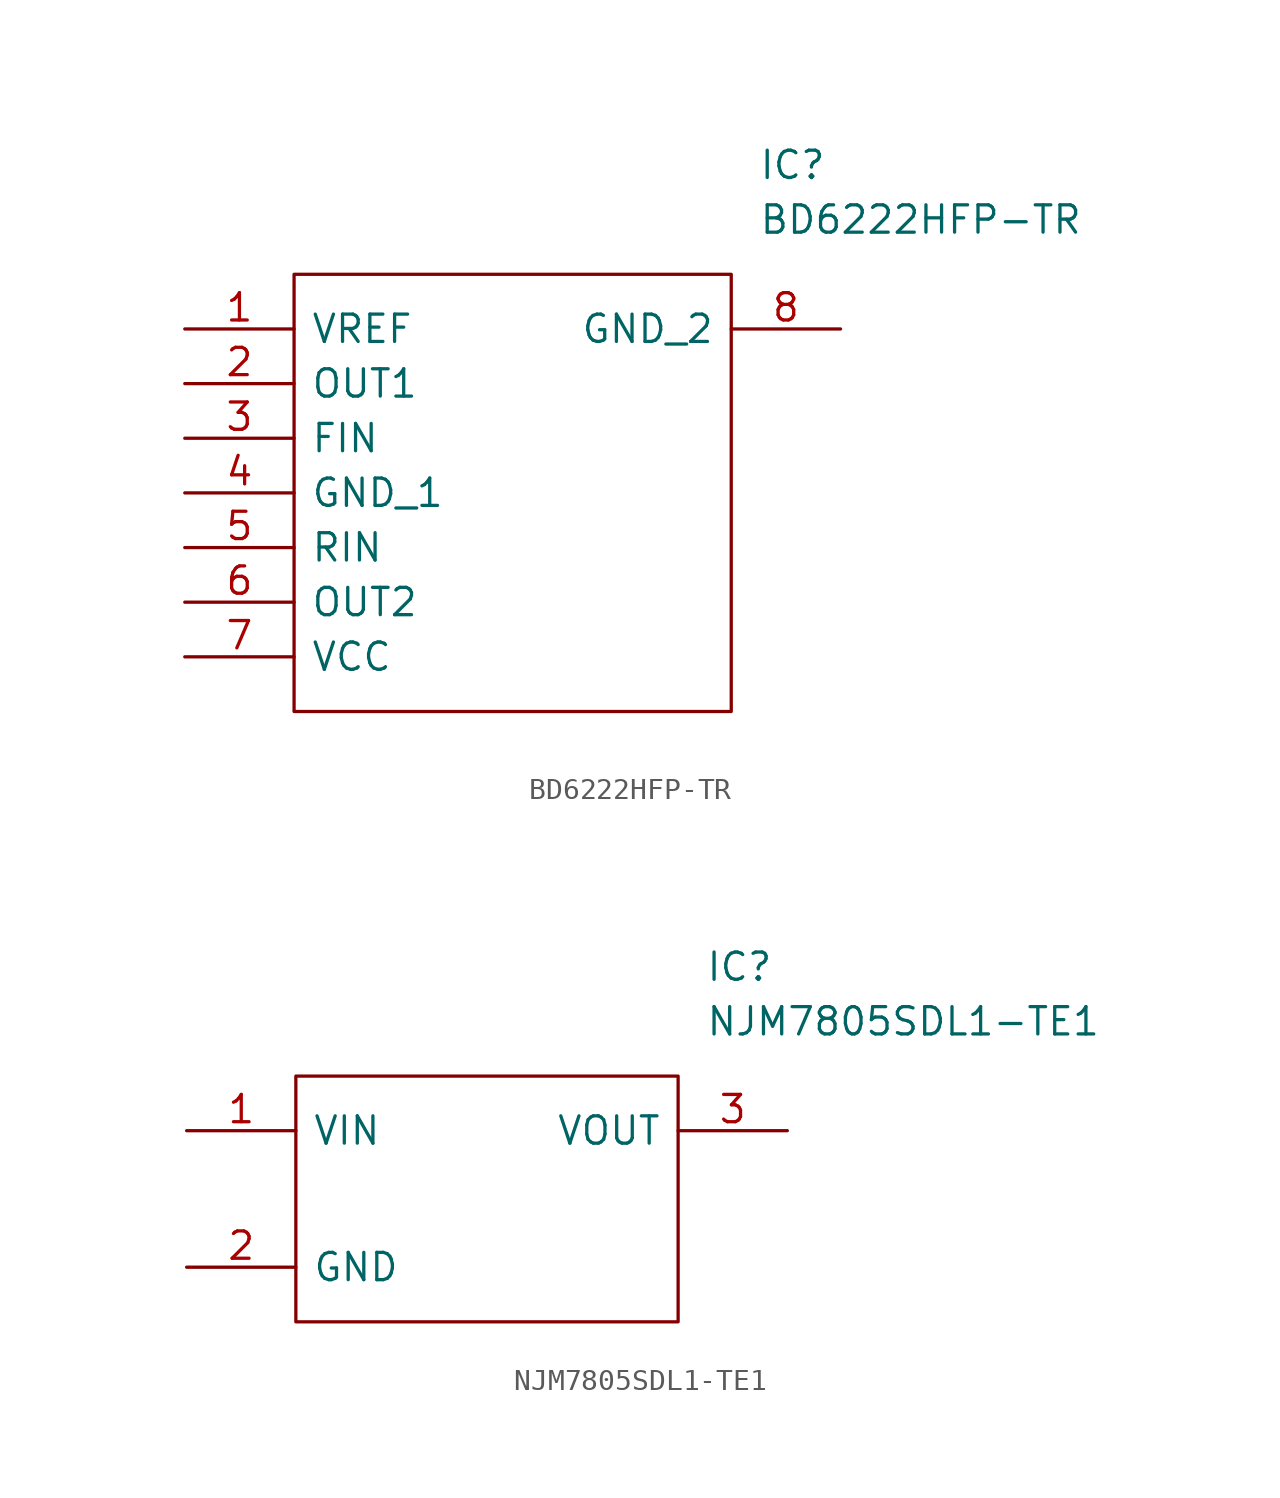
<source format=kicad_sym>
(kicad_symbol_lib
  (version 20231120)
  (generator "kicad_symbol_editor")
  (generator_version "8.0")
  (symbol "BD6222HFP-TR"
    (pin_names
      (offset 0.762))
    (property "Reference" "IC"
      (at 26.67 7.62 0)
      (effects (font (size 1.27 1.27)) (justify left)))
    (property "Value" "BD6222HFP-TR"
      (at 26.67 5.08 0)
      (effects (font (size 1.27 1.27)) (justify left)))
    (symbol "BD6222HFP-TR_0_0"
      (pin passive line (at 0 0 0) (length 5.08) (name "VREF" (effects (font (size 1.27 1.27)))) (number "1" (effects (font (size 1.27 1.27)))))
      (pin passive line (at 0 -2.54 0) (length 5.08) (name "OUT1" (effects (font (size 1.27 1.27)))) (number "2" (effects (font (size 1.27 1.27)))))
      (pin passive line (at 0 -5.08 0) (length 5.08) (name "FIN" (effects (font (size 1.27 1.27)))) (number "3" (effects (font (size 1.27 1.27)))))
      (pin passive line (at 0 -7.62 0) (length 5.08) (name "GND_1" (effects (font (size 1.27 1.27)))) (number "4" (effects (font (size 1.27 1.27)))))
      (pin passive line (at 0 -10.16 0) (length 5.08) (name "RIN" (effects (font (size 1.27 1.27)))) (number "5" (effects (font (size 1.27 1.27)))))
      (pin passive line (at 0 -12.7 0) (length 5.08) (name "OUT2" (effects (font (size 1.27 1.27)))) (number "6" (effects (font (size 1.27 1.27)))))
      (pin passive line (at 0 -15.24 0) (length 5.08) (name "VCC" (effects (font (size 1.27 1.27)))) (number "7" (effects (font (size 1.27 1.27)))))
      (pin passive line (at 30.48 0 180) (length 5.08) (name "GND_2" (effects (font (size 1.27 1.27)))) (number "8" (effects (font (size 1.27 1.27))))))
    (symbol "BD6222HFP-TR_0_1"
      (polyline (pts (xy 5.08 2.54) (xy 25.4 2.54) (xy 25.4 -17.78) (xy 5.08 -17.78) (xy 5.08 2.54)) (stroke (width 0.152) (type solid)) (fill (type none)))))
  (symbol "NJM7805SDL1-TE1"
    (pin_names
      (offset 0.762))
    (property "Reference" "IC"
      (at 24.13 7.62 0)
      (effects (font (size 1.27 1.27)) (justify left)))
    (property "Value" "NJM7805SDL1-TE1"
      (at 24.13 5.08 0)
      (effects (font (size 1.27 1.27)) (justify left)))
    (symbol "NJM7805SDL1-TE1_0_0"
      (pin passive line (at 0 0 0) (length 5.08) (name "VIN" (effects (font (size 1.27 1.27)))) (number "1" (effects (font (size 1.27 1.27)))))
      (pin passive line (at 0 -6.35 0) (length 5.08) (name "GND" (effects (font (size 1.27 1.27)))) (number "2" (effects (font (size 1.27 1.27))))))
    (symbol "NJM7805SDL1-TE1_0_1"
      (polyline (pts (xy 5.08 2.54) (xy 22.86 2.54) (xy 22.86 -8.89) (xy 5.08 -8.89) (xy 5.08 2.54)) (stroke (width 0.152) (type solid)) (fill (type none))))
    (symbol "NJM7805SDL1-TE1_1_0"
      (pin passive line (at 27.94 0 180) (length 5.08) (name "VOUT" (effects (font (size 1.27 1.27)))) (number "3" (effects (font (size 1.27 1.27))))))))
</source>
